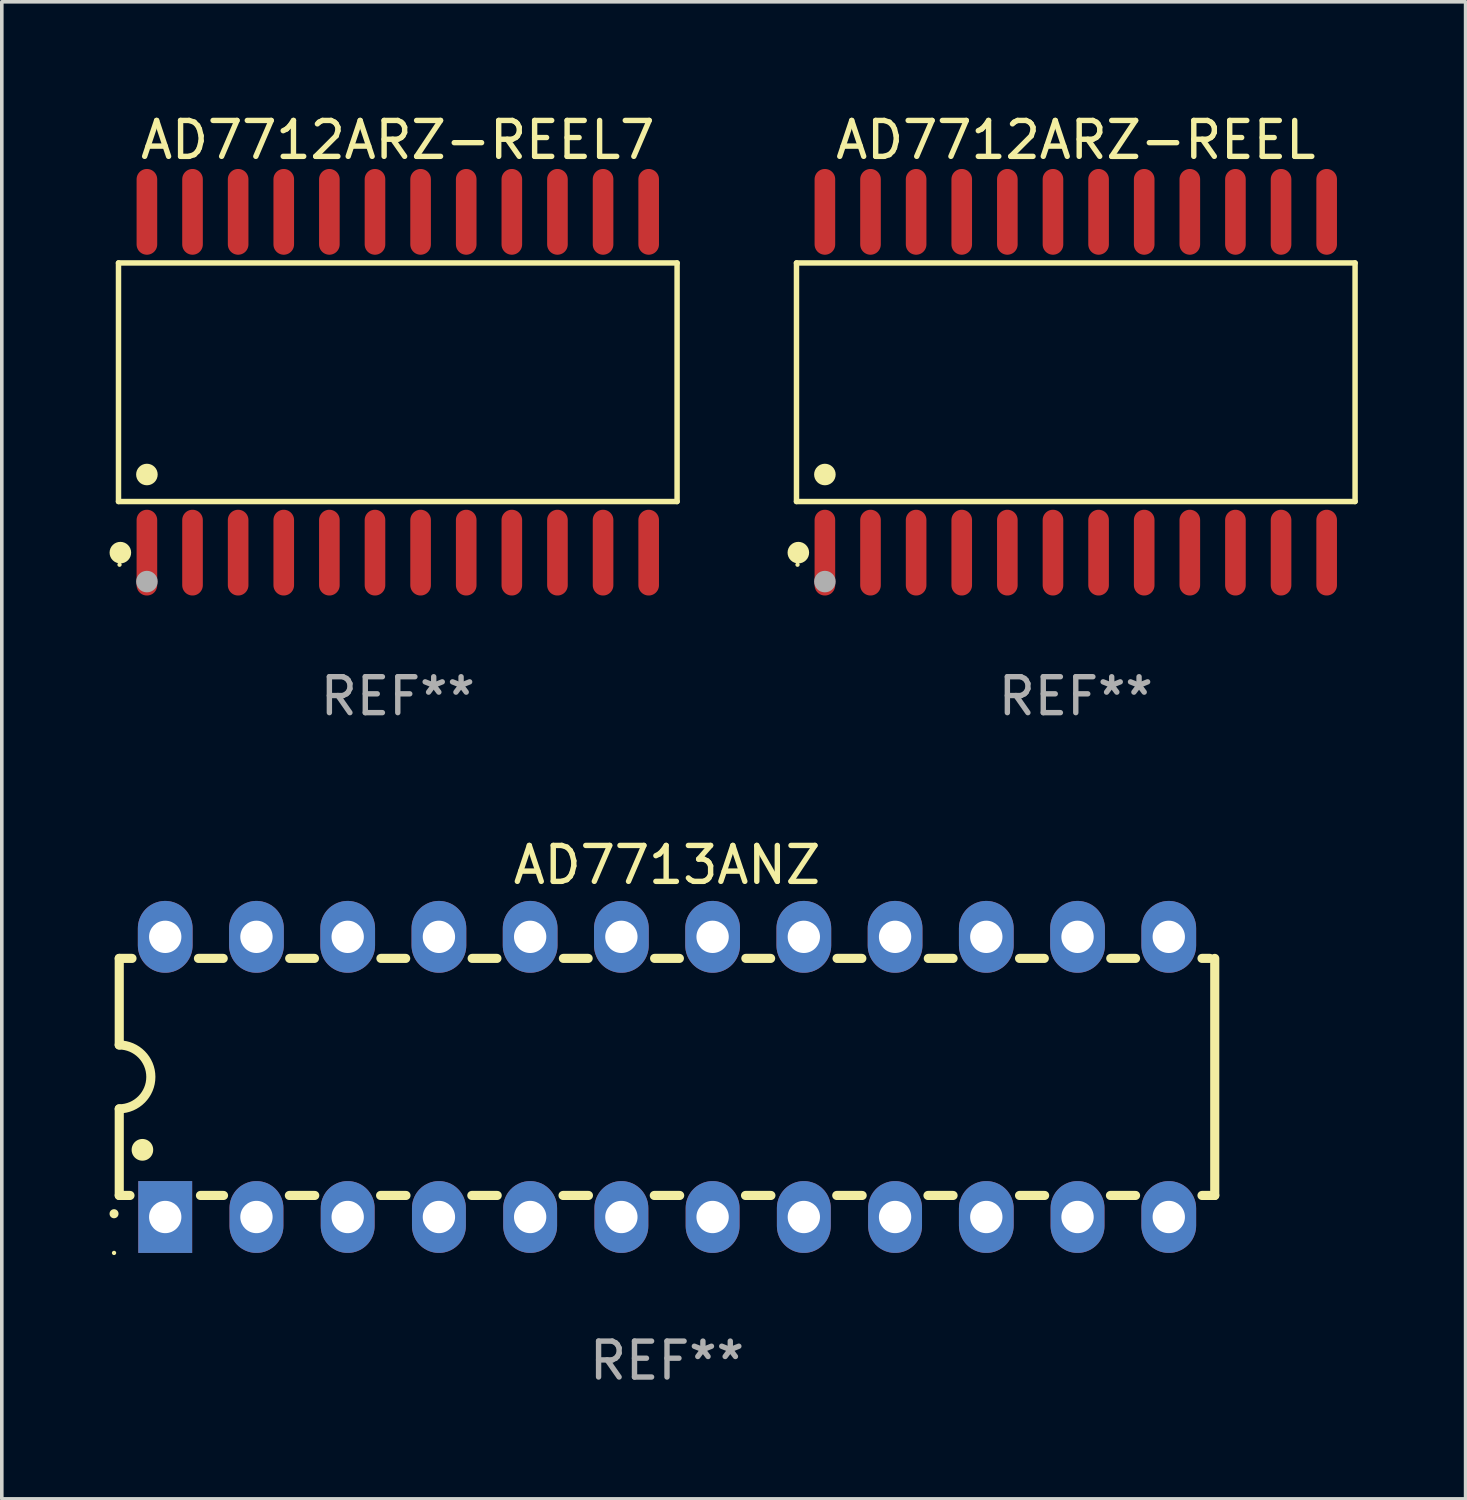
<source format=kicad_pcb>
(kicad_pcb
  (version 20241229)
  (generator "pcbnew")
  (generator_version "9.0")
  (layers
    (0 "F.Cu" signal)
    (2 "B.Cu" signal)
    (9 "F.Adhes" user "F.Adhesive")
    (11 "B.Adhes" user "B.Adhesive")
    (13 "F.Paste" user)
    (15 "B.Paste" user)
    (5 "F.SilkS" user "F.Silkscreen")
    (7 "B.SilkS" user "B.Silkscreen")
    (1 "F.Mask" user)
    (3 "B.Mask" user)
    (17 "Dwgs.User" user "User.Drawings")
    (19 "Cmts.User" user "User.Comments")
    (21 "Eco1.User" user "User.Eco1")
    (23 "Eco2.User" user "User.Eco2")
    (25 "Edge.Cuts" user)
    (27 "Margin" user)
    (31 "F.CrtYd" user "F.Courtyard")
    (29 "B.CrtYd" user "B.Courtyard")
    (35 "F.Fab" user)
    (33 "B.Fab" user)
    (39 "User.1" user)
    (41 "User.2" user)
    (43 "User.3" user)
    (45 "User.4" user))
  (footprint "AD7712ARZ-REEL"
    (layer "F.Cu")
    (at 26.901 7.592)
    (property "Reference" "AD7712ARZ-REEL" (at 0 -6.744 0) (layer "F.SilkS") (effects (font (size 1 1) (thickness 0.15))))
    (attr through_hole)
    (fp_line (start -7.776 -3.321) (end 7.776 -3.321) (stroke (width 0.152) (type solid)) (layer "F.SilkS"))
    (fp_line (start -7.776 3.321) (end -7.776 -3.321) (stroke (width 0.152) (type solid)) (layer "F.SilkS"))
    (fp_line (start 7.776 -3.321) (end 7.776 3.321) (stroke (width 0.152) (type solid)) (layer "F.SilkS"))
    (fp_line (start 7.776 3.321) (end -7.776 3.321) (stroke (width 0.152) (type solid)) (layer "F.SilkS"))
    (fp_circle (center -7.747 5.08) (end -7.717 5.08) (stroke (width 0.06) (type solid)) (fill no) (layer "F.SilkS"))
    (fp_circle (center -7.724 4.744) (end -7.574 4.744) (stroke (width 0.3) (type solid)) (fill no) (layer "F.SilkS"))
    (fp_circle (center -6.985 2.569) (end -6.835 2.569) (stroke (width 0.3) (type solid)) (fill no) (layer "F.SilkS"))
    (fp_circle (center -6.985 5.55) (end -6.835 5.55) (stroke (width 0.3) (type solid)) (fill no) (layer "F.Fab"))
    (fp_text user "REF**" (at 0 8.744 0) (layer "F.Fab") (effects (font (size 1 1) (thickness 0.15))))
    (pad "1" smd oval (at -6.985 4.744) (size 0.574 2.388) (layers "F.Cu" "F.Mask" "F.Paste"))
    (pad "2" smd oval (at -5.715 4.744) (size 0.574 2.388) (layers "F.Cu" "F.Mask" "F.Paste"))
    (pad "3" smd oval (at -4.445 4.744) (size 0.574 2.388) (layers "F.Cu" "F.Mask" "F.Paste"))
    (pad "4" smd oval (at -3.175 4.744) (size 0.574 2.388) (layers "F.Cu" "F.Mask" "F.Paste"))
    (pad "5" smd oval (at -1.905 4.744) (size 0.574 2.388) (layers "F.Cu" "F.Mask" "F.Paste"))
    (pad "6" smd oval (at -0.635 4.744) (size 0.574 2.388) (layers "F.Cu" "F.Mask" "F.Paste"))
    (pad "7" smd oval (at 0.635 4.744) (size 0.574 2.388) (layers "F.Cu" "F.Mask" "F.Paste"))
    (pad "8" smd oval (at 1.905 4.744) (size 0.574 2.388) (layers "F.Cu" "F.Mask" "F.Paste"))
    (pad "9" smd oval (at 3.175 4.744) (size 0.574 2.388) (layers "F.Cu" "F.Mask" "F.Paste"))
    (pad "10" smd oval (at 4.445 4.744) (size 0.574 2.388) (layers "F.Cu" "F.Mask" "F.Paste"))
    (pad "11" smd oval (at 5.715 4.744) (size 0.574 2.388) (layers "F.Cu" "F.Mask" "F.Paste"))
    (pad "12" smd oval (at 6.985 4.744) (size 0.574 2.388) (layers "F.Cu" "F.Mask" "F.Paste"))
    (pad "13" smd oval (at 6.985 -4.744) (size 0.574 2.388) (layers "F.Cu" "F.Mask" "F.Paste"))
    (pad "14" smd oval (at 5.715 -4.744) (size 0.574 2.388) (layers "F.Cu" "F.Mask" "F.Paste"))
    (pad "15" smd oval (at 4.445 -4.744) (size 0.574 2.388) (layers "F.Cu" "F.Mask" "F.Paste"))
    (pad "16" smd oval (at 3.175 -4.744) (size 0.574 2.388) (layers "F.Cu" "F.Mask" "F.Paste"))
    (pad "17" smd oval (at 1.905 -4.744) (size 0.574 2.388) (layers "F.Cu" "F.Mask" "F.Paste"))
    (pad "18" smd oval (at 0.635 -4.744) (size 0.574 2.388) (layers "F.Cu" "F.Mask" "F.Paste"))
    (pad "19" smd oval (at -0.635 -4.744) (size 0.574 2.388) (layers "F.Cu" "F.Mask" "F.Paste"))
    (pad "20" smd oval (at -1.905 -4.744) (size 0.574 2.388) (layers "F.Cu" "F.Mask" "F.Paste"))
    (pad "21" smd oval (at -3.175 -4.744) (size 0.574 2.388) (layers "F.Cu" "F.Mask" "F.Paste"))
    (pad "22" smd oval (at -4.445 -4.744) (size 0.574 2.388) (layers "F.Cu" "F.Mask" "F.Paste"))
    (pad "23" smd oval (at -5.715 -4.744) (size 0.574 2.388) (layers "F.Cu" "F.Mask" "F.Paste"))
    (pad "24" smd oval (at -6.985 -4.744) (size 0.574 2.388) (layers "F.Cu" "F.Mask" "F.Paste")))
  (footprint "AD7712ARZ-REEL7"
    (layer "F.Cu")
    (at 8.025 7.592)
    (property "Reference" "AD7712ARZ-REEL7" (at 0 -6.744 0) (layer "F.SilkS") (effects (font (size 1 1) (thickness 0.15))))
    (attr through_hole)
    (fp_line (start -7.776 -3.321) (end 7.776 -3.321) (stroke (width 0.152) (type solid)) (layer "F.SilkS"))
    (fp_line (start -7.776 3.321) (end -7.776 -3.321) (stroke (width 0.152) (type solid)) (layer "F.SilkS"))
    (fp_line (start 7.776 -3.321) (end 7.776 3.321) (stroke (width 0.152) (type solid)) (layer "F.SilkS"))
    (fp_line (start 7.776 3.321) (end -7.776 3.321) (stroke (width 0.152) (type solid)) (layer "F.SilkS"))
    (fp_circle (center -7.747 5.08) (end -7.717 5.08) (stroke (width 0.06) (type solid)) (fill no) (layer "F.SilkS"))
    (fp_circle (center -7.724 4.744) (end -7.574 4.744) (stroke (width 0.3) (type solid)) (fill no) (layer "F.SilkS"))
    (fp_circle (center -6.985 2.569) (end -6.835 2.569) (stroke (width 0.3) (type solid)) (fill no) (layer "F.SilkS"))
    (fp_circle (center -6.985 5.55) (end -6.835 5.55) (stroke (width 0.3) (type solid)) (fill no) (layer "F.Fab"))
    (fp_text user "REF**" (at 0 8.744 0) (layer "F.Fab") (effects (font (size 1 1) (thickness 0.15))))
    (pad "1" smd oval (at -6.985 4.744) (size 0.574 2.388) (layers "F.Cu" "F.Mask" "F.Paste"))
    (pad "2" smd oval (at -5.715 4.744) (size 0.574 2.388) (layers "F.Cu" "F.Mask" "F.Paste"))
    (pad "3" smd oval (at -4.445 4.744) (size 0.574 2.388) (layers "F.Cu" "F.Mask" "F.Paste"))
    (pad "4" smd oval (at -3.175 4.744) (size 0.574 2.388) (layers "F.Cu" "F.Mask" "F.Paste"))
    (pad "5" smd oval (at -1.905 4.744) (size 0.574 2.388) (layers "F.Cu" "F.Mask" "F.Paste"))
    (pad "6" smd oval (at -0.635 4.744) (size 0.574 2.388) (layers "F.Cu" "F.Mask" "F.Paste"))
    (pad "7" smd oval (at 0.635 4.744) (size 0.574 2.388) (layers "F.Cu" "F.Mask" "F.Paste"))
    (pad "8" smd oval (at 1.905 4.744) (size 0.574 2.388) (layers "F.Cu" "F.Mask" "F.Paste"))
    (pad "9" smd oval (at 3.175 4.744) (size 0.574 2.388) (layers "F.Cu" "F.Mask" "F.Paste"))
    (pad "10" smd oval (at 4.445 4.744) (size 0.574 2.388) (layers "F.Cu" "F.Mask" "F.Paste"))
    (pad "11" smd oval (at 5.715 4.744) (size 0.574 2.388) (layers "F.Cu" "F.Mask" "F.Paste"))
    (pad "12" smd oval (at 6.985 4.744) (size 0.574 2.388) (layers "F.Cu" "F.Mask" "F.Paste"))
    (pad "13" smd oval (at 6.985 -4.744) (size 0.574 2.388) (layers "F.Cu" "F.Mask" "F.Paste"))
    (pad "14" smd oval (at 5.715 -4.744) (size 0.574 2.388) (layers "F.Cu" "F.Mask" "F.Paste"))
    (pad "15" smd oval (at 4.445 -4.744) (size 0.574 2.388) (layers "F.Cu" "F.Mask" "F.Paste"))
    (pad "16" smd oval (at 3.175 -4.744) (size 0.574 2.388) (layers "F.Cu" "F.Mask" "F.Paste"))
    (pad "17" smd oval (at 1.905 -4.744) (size 0.574 2.388) (layers "F.Cu" "F.Mask" "F.Paste"))
    (pad "18" smd oval (at 0.635 -4.744) (size 0.574 2.388) (layers "F.Cu" "F.Mask" "F.Paste"))
    (pad "19" smd oval (at -0.635 -4.744) (size 0.574 2.388) (layers "F.Cu" "F.Mask" "F.Paste"))
    (pad "20" smd oval (at -1.905 -4.744) (size 0.574 2.388) (layers "F.Cu" "F.Mask" "F.Paste"))
    (pad "21" smd oval (at -3.175 -4.744) (size 0.574 2.388) (layers "F.Cu" "F.Mask" "F.Paste"))
    (pad "22" smd oval (at -4.445 -4.744) (size 0.574 2.388) (layers "F.Cu" "F.Mask" "F.Paste"))
    (pad "23" smd oval (at -5.715 -4.744) (size 0.574 2.388) (layers "F.Cu" "F.Mask" "F.Paste"))
    (pad "24" smd oval (at -6.985 -4.744) (size 0.574 2.388) (layers "F.Cu" "F.Mask" "F.Paste")))
  (footprint "AD7713ANZ"
    (layer "F.Cu")
    (at 15.52 26.933)
    (property "Reference" "AD7713ANZ" (at 0 -5.9 0) (layer "F.SilkS") (effects (font (size 1 1) (thickness 0.15))))
    (attr through_hole)
    (fp_line (start -15.25 -3.3) (end -15.25 -0.889) (stroke (width 0.254) (type solid)) (layer "F.SilkS"))
    (fp_line (start -15.25 -3.3) (end -14.895 -3.3) (stroke (width 0.254) (type solid)) (layer "F.SilkS"))
    (fp_line (start -15.25 3.3) (end -15.25 0.889) (stroke (width 0.254) (type solid)) (layer "F.SilkS"))
    (fp_line (start -15.25 3.3) (end -14.951 3.3) (stroke (width 0.254) (type solid)) (layer "F.SilkS"))
    (fp_line (start -13.045 -3.3) (end -12.355 -3.3) (stroke (width 0.254) (type solid)) (layer "F.SilkS"))
    (fp_line (start -12.989 3.3) (end -12.347 3.3) (stroke (width 0.254) (type solid)) (layer "F.SilkS"))
    (fp_line (start -10.514 3.3) (end -9.807 3.3) (stroke (width 0.254) (type solid)) (layer "F.SilkS"))
    (fp_line (start -10.505 -3.3) (end -9.815 -3.3) (stroke (width 0.254) (type solid)) (layer "F.SilkS"))
    (fp_line (start -7.974 3.3) (end -7.267 3.3) (stroke (width 0.254) (type solid)) (layer "F.SilkS"))
    (fp_line (start -7.965 -3.3) (end -7.275 -3.3) (stroke (width 0.254) (type solid)) (layer "F.SilkS"))
    (fp_line (start -5.434 3.3) (end -4.727 3.3) (stroke (width 0.254) (type solid)) (layer "F.SilkS"))
    (fp_line (start -5.425 -3.3) (end -4.735 -3.3) (stroke (width 0.254) (type solid)) (layer "F.SilkS"))
    (fp_line (start -2.894 3.3) (end -2.187 3.3) (stroke (width 0.254) (type solid)) (layer "F.SilkS"))
    (fp_line (start -2.885 -3.3) (end -2.195 -3.3) (stroke (width 0.254) (type solid)) (layer "F.SilkS"))
    (fp_line (start -0.354 3.3) (end 0.353 3.3) (stroke (width 0.254) (type solid)) (layer "F.SilkS"))
    (fp_line (start -0.345 -3.3) (end 0.345 -3.3) (stroke (width 0.254) (type solid)) (layer "F.SilkS"))
    (fp_line (start 2.186 3.3) (end 2.893 3.3) (stroke (width 0.254) (type solid)) (layer "F.SilkS"))
    (fp_line (start 2.195 -3.3) (end 2.885 -3.3) (stroke (width 0.254) (type solid)) (layer "F.SilkS"))
    (fp_line (start 4.726 3.3) (end 5.434 3.3) (stroke (width 0.254) (type solid)) (layer "F.SilkS"))
    (fp_line (start 4.735 -3.3) (end 5.425 -3.3) (stroke (width 0.254) (type solid)) (layer "F.SilkS"))
    (fp_line (start 7.266 3.3) (end 7.965 3.3) (stroke (width 0.254) (type solid)) (layer "F.SilkS"))
    (fp_line (start 7.275 -3.3) (end 7.965 -3.3) (stroke (width 0.254) (type solid)) (layer "F.SilkS"))
    (fp_line (start 9.815 -3.3) (end 10.505 -3.3) (stroke (width 0.254) (type solid)) (layer "F.SilkS"))
    (fp_line (start 9.815 3.3) (end 10.514 3.3) (stroke (width 0.254) (type solid)) (layer "F.SilkS"))
    (fp_line (start 12.346 3.3) (end 13.045 3.3) (stroke (width 0.254) (type solid)) (layer "F.SilkS"))
    (fp_line (start 12.355 -3.3) (end 13.045 -3.3) (stroke (width 0.254) (type solid)) (layer "F.SilkS"))
    (fp_line (start 14.895 -3.3) (end 15.113 -3.3) (stroke (width 0.254) (type solid)) (layer "F.SilkS"))
    (fp_line (start 14.895 3.3) (end 15.25 3.3) (stroke (width 0.254) (type solid)) (layer "F.SilkS"))
    (fp_line (start 15.25 -3.3) (end 15.25 3.3) (stroke (width 0.254) (type solid)) (layer "F.SilkS"))
    (fp_arc (start -15.394971 3.810033) (mid -15.394978 3.808763) (end -15.394971 3.807493) (stroke (width 0.25) (type solid)) (layer "F.SilkS"))
    (fp_arc (start -15.251053 -0.890146) (mid -14.361467 -0.001067) (end -15.250038 0.889027) (stroke (width 0.254001) (type solid)) (layer "F.SilkS"))
    (fp_arc (start -14.605029 2.032029) (mid -14.60504 2.029489) (end -14.605029 2.026949) (stroke (width 0.6) (type solid)) (layer "F.SilkS"))
    (fp_circle (center -15.395 4.9) (end -15.365 4.9) (stroke (width 0.06) (type solid)) (fill no) (layer "F.SilkS"))
    (fp_text user "REF**" (at 0 7.9 0) (layer "F.Fab") (effects (font (size 1 1) (thickness 0.15))))
    (pad "1" thru_hole rect (at -13.97 3.9 90) (size 2 1.5) (drill 0.9) (layers "*.Cu" "*.Mask"))
    (pad "2" thru_hole oval (at -11.43 3.9 90) (size 2 1.5) (drill 0.9) (layers "*.Cu" "*.Mask"))
    (pad "3" thru_hole oval (at -8.89 3.9 90) (size 2 1.5) (drill 0.9) (layers "*.Cu" "*.Mask"))
    (pad "4" thru_hole oval (at -6.35 3.9 90) (size 2 1.5) (drill 0.9) (layers "*.Cu" "*.Mask"))
    (pad "5" thru_hole oval (at -3.81 3.9 90) (size 2 1.5) (drill 0.9) (layers "*.Cu" "*.Mask"))
    (pad "6" thru_hole oval (at -1.27 3.9 90) (size 2 1.5) (drill 0.9) (layers "*.Cu" "*.Mask"))
    (pad "7" thru_hole oval (at 1.27 3.9 90) (size 2 1.5) (drill 0.9) (layers "*.Cu" "*.Mask"))
    (pad "8" thru_hole oval (at 3.81 3.9 90) (size 2 1.5) (drill 0.9) (layers "*.Cu" "*.Mask"))
    (pad "9" thru_hole oval (at 6.35 3.9 90) (size 2 1.5) (drill 0.9) (layers "*.Cu" "*.Mask"))
    (pad "10" thru_hole oval (at 8.89 3.9 90) (size 2 1.524) (drill 0.9) (layers "*.Cu" "*.Mask"))
    (pad "11" thru_hole oval (at 11.43 3.9 90) (size 2 1.5) (drill 0.9) (layers "*.Cu" "*.Mask"))
    (pad "12" thru_hole oval (at 13.97 3.9 90) (size 2 1.524) (drill 0.9) (layers "*.Cu" "*.Mask"))
    (pad "13" thru_hole oval (at 13.97 -3.9 90) (size 2 1.524) (drill 0.9) (layers "*.Cu" "*.Mask"))
    (pad "14" thru_hole oval (at 11.43 -3.9 90) (size 2 1.524) (drill 0.9) (layers "*.Cu" "*.Mask"))
    (pad "15" thru_hole oval (at 8.89 -3.9 90) (size 2 1.524) (drill 0.9) (layers "*.Cu" "*.Mask"))
    (pad "16" thru_hole oval (at 6.35 -3.9 90) (size 2 1.524) (drill 0.9) (layers "*.Cu" "*.Mask"))
    (pad "17" thru_hole oval (at 3.81 -3.9 90) (size 2 1.524) (drill 0.9) (layers "*.Cu" "*.Mask"))
    (pad "18" thru_hole oval (at 1.27 -3.9 90) (size 2 1.524) (drill 0.9) (layers "*.Cu" "*.Mask"))
    (pad "19" thru_hole oval (at -1.27 -3.9 90) (size 2 1.524) (drill 0.9) (layers "*.Cu" "*.Mask"))
    (pad "20" thru_hole oval (at -3.81 -3.9 90) (size 2 1.524) (drill 0.9) (layers "*.Cu" "*.Mask"))
    (pad "21" thru_hole oval (at -6.35 -3.9 90) (size 2 1.524) (drill 0.9) (layers "*.Cu" "*.Mask"))
    (pad "22" thru_hole oval (at -8.89 -3.9 90) (size 2 1.524) (drill 0.9) (layers "*.Cu" "*.Mask"))
    (pad "23" thru_hole oval (at -11.43 -3.9 90) (size 2 1.524) (drill 0.9) (layers "*.Cu" "*.Mask"))
    (pad "24" thru_hole oval (at -13.97 -3.9 90) (size 2 1.524) (drill 0.9) (layers "*.Cu" "*.Mask")))
  (gr_rect
    (start -3 -3)
    (end 37.754 38.681)
    (stroke (width 0.1) (type default))
    (fill no)
    (layer "Edge.Cuts")))
</source>
